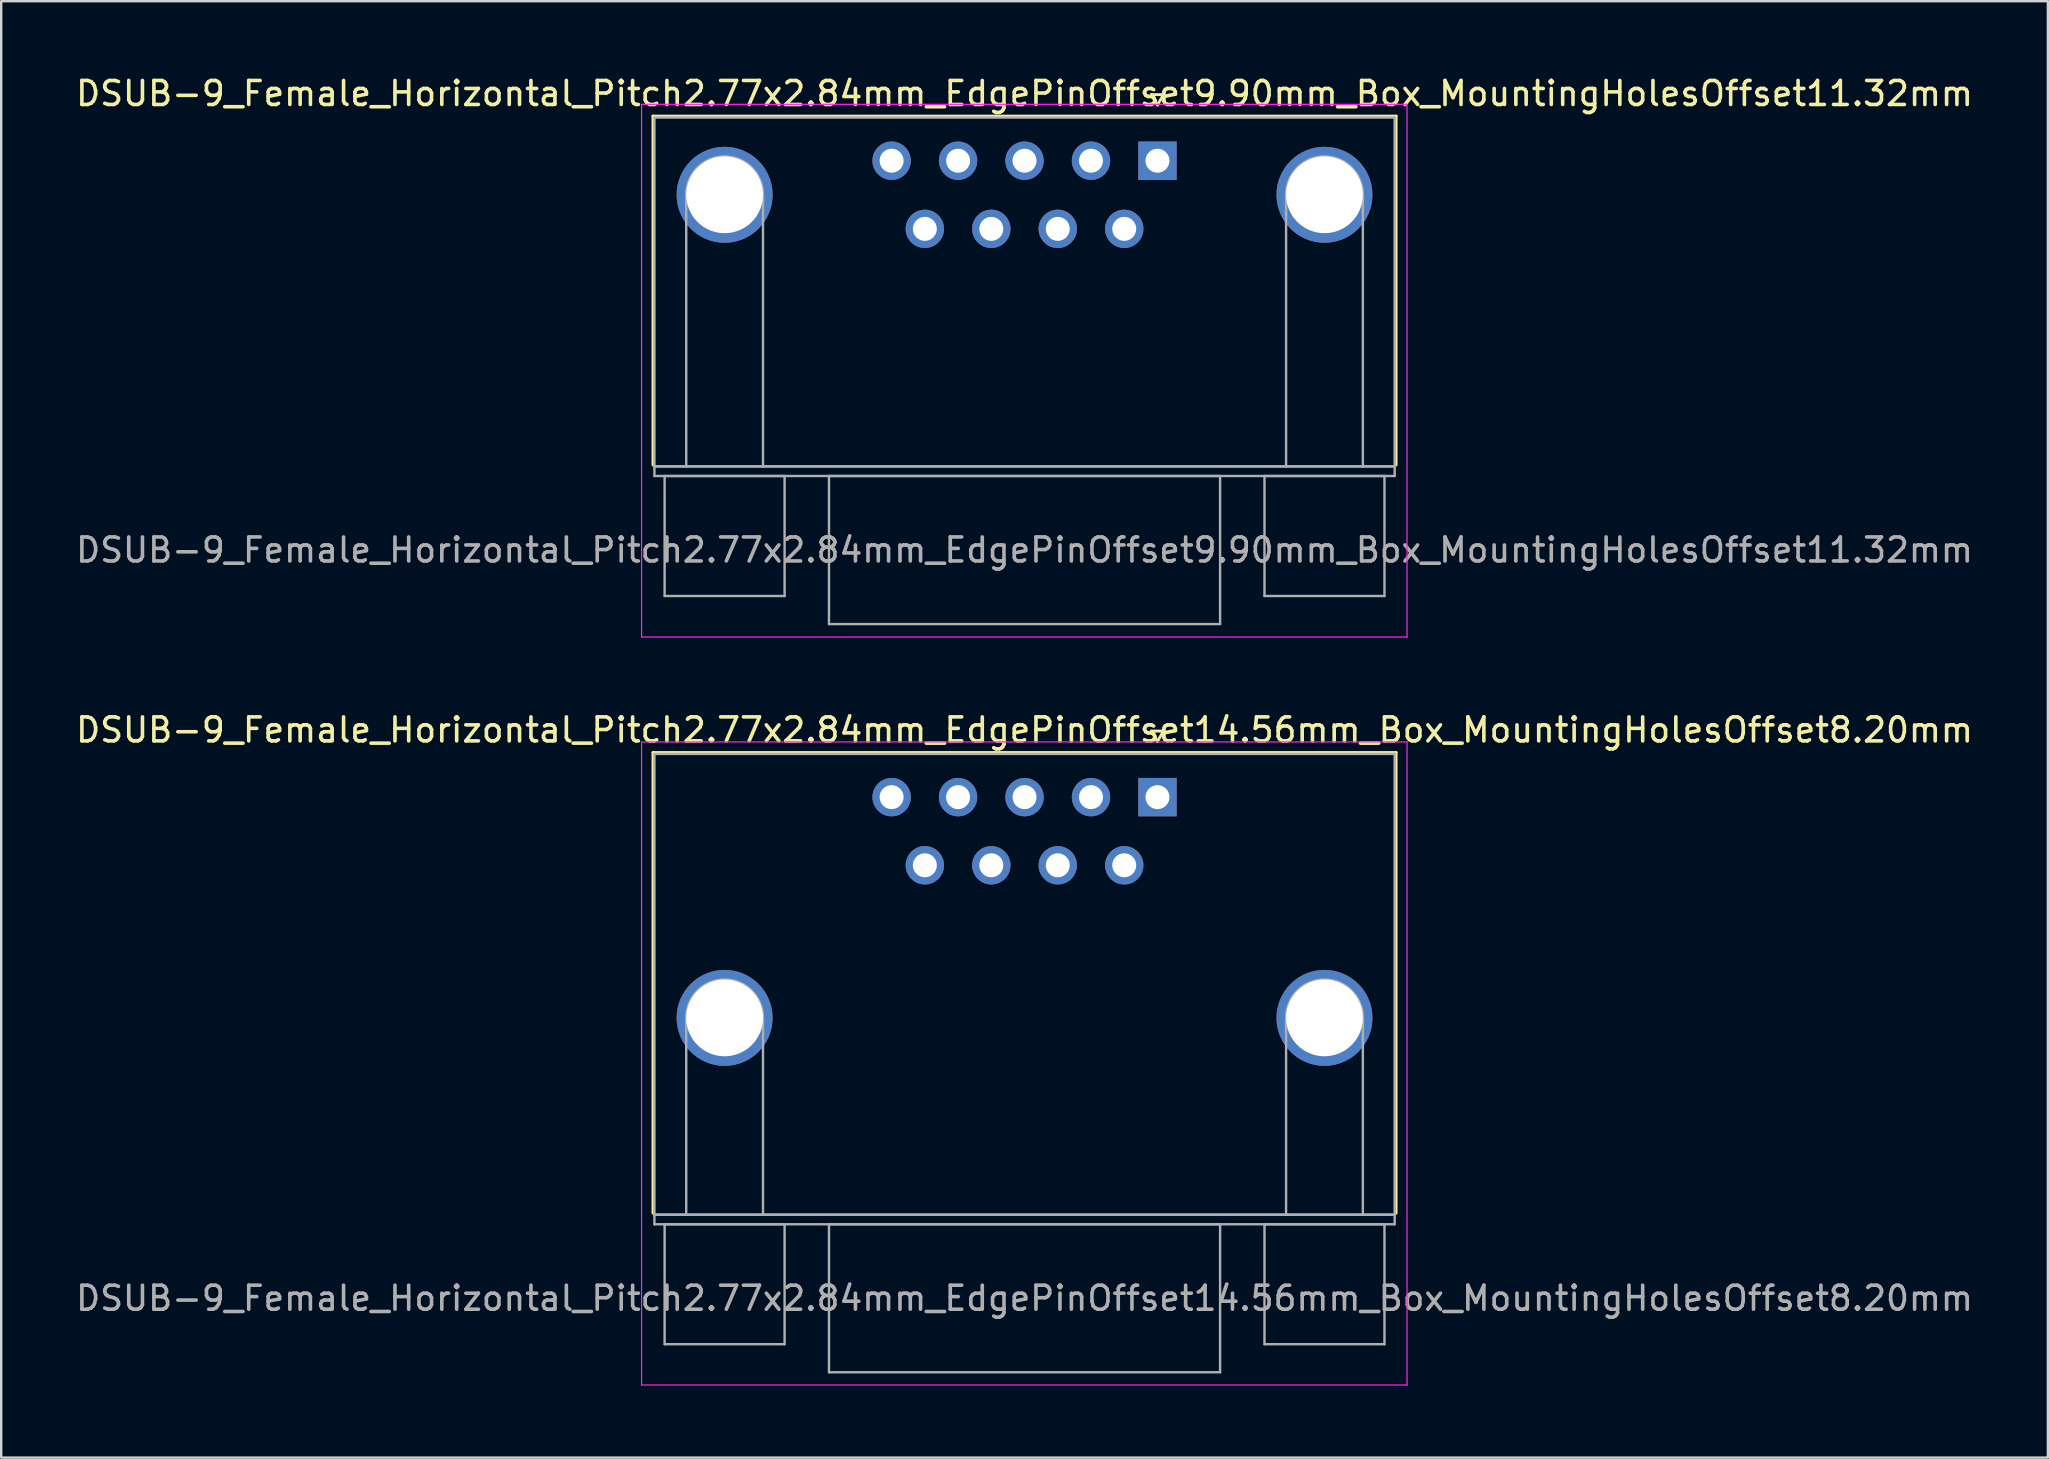
<source format=kicad_pcb>
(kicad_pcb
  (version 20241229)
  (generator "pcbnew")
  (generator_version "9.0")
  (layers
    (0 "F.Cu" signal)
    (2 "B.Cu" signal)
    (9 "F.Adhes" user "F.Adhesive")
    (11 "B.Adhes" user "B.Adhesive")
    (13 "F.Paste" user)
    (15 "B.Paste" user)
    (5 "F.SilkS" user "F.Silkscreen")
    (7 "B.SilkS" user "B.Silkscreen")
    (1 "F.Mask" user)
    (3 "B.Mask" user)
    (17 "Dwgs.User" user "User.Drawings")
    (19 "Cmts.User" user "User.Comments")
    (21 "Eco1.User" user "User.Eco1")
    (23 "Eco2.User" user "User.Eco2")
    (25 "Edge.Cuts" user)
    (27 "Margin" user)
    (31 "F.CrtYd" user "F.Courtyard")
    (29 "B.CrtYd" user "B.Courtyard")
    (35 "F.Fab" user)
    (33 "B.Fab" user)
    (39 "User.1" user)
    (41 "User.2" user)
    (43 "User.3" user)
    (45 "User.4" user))
  (footprint "DSUB-9_Female_Horizontal_Pitch2.77x2.84mm_EdgePinOffset14.56mm_Box_MountingHolesOffset8.20mm"
    (layer "F.Cu")
    (at 45.189 30.172)
    (property "Reference" "DSUB-9_Female_Horizontal_Pitch2.77x2.84mm_EdgePinOffset14.56mm_Box_MountingHolesOffset8.20mm" (at -5.54 -2.8 0) (layer "F.SilkS") (effects (font (size 1 1) (thickness 0.15))))
    (attr through_hole)
    (fp_line (start -21.025 -1.86) (end 9.945 -1.86) (stroke (width 0.12) (type solid)) (layer "F.SilkS"))
    (fp_line (start -21.025 17.34) (end -21.025 -1.86) (stroke (width 0.12) (type solid)) (layer "F.SilkS"))
    (fp_line (start -0.25 -2.754) (end 0.25 -2.754) (stroke (width 0.12) (type solid)) (layer "F.SilkS"))
    (fp_line (start 0 -2.321) (end -0.25 -2.754) (stroke (width 0.12) (type solid)) (layer "F.SilkS"))
    (fp_line (start 0.25 -2.754) (end 0 -2.321) (stroke (width 0.12) (type solid)) (layer "F.SilkS"))
    (fp_line (start 9.945 -1.86) (end 9.945 17.34) (stroke (width 0.12) (type solid)) (layer "F.SilkS"))
    (fp_line (start -21.5 -2.3) (end -21.5 24.5) (stroke (width 0.05) (type solid)) (layer "F.CrtYd"))
    (fp_line (start -21.5 24.5) (end 10.4 24.5) (stroke (width 0.05) (type solid)) (layer "F.CrtYd"))
    (fp_line (start 10.4 -2.3) (end -21.5 -2.3) (stroke (width 0.05) (type solid)) (layer "F.CrtYd"))
    (fp_line (start 10.4 24.5) (end 10.4 -2.3) (stroke (width 0.05) (type solid)) (layer "F.CrtYd"))
    (fp_line (start -20.965 -1.8) (end -20.965 17.4) (stroke (width 0.1) (type solid)) (layer "F.Fab"))
    (fp_line (start -20.965 17.4) (end -20.965 17.8) (stroke (width 0.1) (type solid)) (layer "F.Fab"))
    (fp_line (start -20.965 17.4) (end 9.885 17.4) (stroke (width 0.1) (type solid)) (layer "F.Fab"))
    (fp_line (start -20.965 17.8) (end 9.885 17.8) (stroke (width 0.1) (type solid)) (layer "F.Fab"))
    (fp_line (start -20.54 17.8) (end -20.54 22.8) (stroke (width 0.1) (type solid)) (layer "F.Fab"))
    (fp_line (start -20.54 22.8) (end -15.54 22.8) (stroke (width 0.1) (type solid)) (layer "F.Fab"))
    (fp_line (start -19.64 17.4) (end -19.64 9.2) (stroke (width 0.1) (type solid)) (layer "F.Fab"))
    (fp_line (start -16.44 17.4) (end -16.44 9.2) (stroke (width 0.1) (type solid)) (layer "F.Fab"))
    (fp_line (start -15.54 17.8) (end -20.54 17.8) (stroke (width 0.1) (type solid)) (layer "F.Fab"))
    (fp_line (start -15.54 22.8) (end -15.54 17.8) (stroke (width 0.1) (type solid)) (layer "F.Fab"))
    (fp_line (start -13.69 17.8) (end -13.69 23.97) (stroke (width 0.1) (type solid)) (layer "F.Fab"))
    (fp_line (start -13.69 23.97) (end 2.61 23.97) (stroke (width 0.1) (type solid)) (layer "F.Fab"))
    (fp_line (start 2.61 17.8) (end -13.69 17.8) (stroke (width 0.1) (type solid)) (layer "F.Fab"))
    (fp_line (start 2.61 23.97) (end 2.61 17.8) (stroke (width 0.1) (type solid)) (layer "F.Fab"))
    (fp_line (start 4.46 17.8) (end 4.46 22.8) (stroke (width 0.1) (type solid)) (layer "F.Fab"))
    (fp_line (start 4.46 22.8) (end 9.46 22.8) (stroke (width 0.1) (type solid)) (layer "F.Fab"))
    (fp_line (start 5.36 17.4) (end 5.36 9.2) (stroke (width 0.1) (type solid)) (layer "F.Fab"))
    (fp_line (start 8.56 17.4) (end 8.56 9.2) (stroke (width 0.1) (type solid)) (layer "F.Fab"))
    (fp_line (start 9.46 17.8) (end 4.46 17.8) (stroke (width 0.1) (type solid)) (layer "F.Fab"))
    (fp_line (start 9.46 22.8) (end 9.46 17.8) (stroke (width 0.1) (type solid)) (layer "F.Fab"))
    (fp_line (start 9.885 -1.8) (end -20.965 -1.8) (stroke (width 0.1) (type solid)) (layer "F.Fab"))
    (fp_line (start 9.885 17.4) (end -20.965 17.4) (stroke (width 0.1) (type solid)) (layer "F.Fab"))
    (fp_line (start 9.885 17.4) (end 9.885 -1.8) (stroke (width 0.1) (type solid)) (layer "F.Fab"))
    (fp_line (start 9.885 17.8) (end 9.885 17.4) (stroke (width 0.1) (type solid)) (layer "F.Fab"))
    (fp_arc (start -19.64 9.2) (mid -18.04 7.6) (end -16.44 9.2) (stroke (width 0.1) (type solid)) (layer "F.Fab"))
    (fp_arc (start 5.36 9.2) (mid 6.96 7.6) (end 8.56 9.2) (stroke (width 0.1) (type solid)) (layer "F.Fab"))
    (fp_text user "${REFERENCE}" (at -5.54 20.885 0) (layer "F.Fab") (effects (font (size 1 1) (thickness 0.15))))
    (pad "0" thru_hole circle (at -18.04 9.2) (size 4 4) (drill 3.2) (layers "*.Cu" "*.Mask"))
    (pad "0" thru_hole circle (at 6.96 9.2) (size 4 4) (drill 3.2) (layers "*.Cu" "*.Mask"))
    (pad "1" thru_hole rect (at 0 0) (size 1.6 1.6) (drill 1) (layers "*.Cu" "*.Mask"))
    (pad "2" thru_hole circle (at -2.77 0) (size 1.6 1.6) (drill 1) (layers "*.Cu" "*.Mask"))
    (pad "3" thru_hole circle (at -5.54 0) (size 1.6 1.6) (drill 1) (layers "*.Cu" "*.Mask"))
    (pad "4" thru_hole circle (at -8.31 0) (size 1.6 1.6) (drill 1) (layers "*.Cu" "*.Mask"))
    (pad "5" thru_hole circle (at -11.08 0) (size 1.6 1.6) (drill 1) (layers "*.Cu" "*.Mask"))
    (pad "6" thru_hole circle (at -1.385 2.84) (size 1.6 1.6) (drill 1) (layers "*.Cu" "*.Mask"))
    (pad "7" thru_hole circle (at -4.155 2.84) (size 1.6 1.6) (drill 1) (layers "*.Cu" "*.Mask"))
    (pad "8" thru_hole circle (at -6.925 2.84) (size 1.6 1.6) (drill 1) (layers "*.Cu" "*.Mask"))
    (pad "9" thru_hole circle (at -9.695 2.84) (size 1.6 1.6) (drill 1) (layers "*.Cu" "*.Mask")))
  (footprint "DSUB-9_Female_Horizontal_Pitch2.77x2.84mm_EdgePinOffset9.90mm_Box_MountingHolesOffset11.32mm"
    (layer "F.Cu")
    (at 45.189 3.648)
    (property "Reference" "DSUB-9_Female_Horizontal_Pitch2.77x2.84mm_EdgePinOffset9.90mm_Box_MountingHolesOffset11.32mm" (at -5.54 -2.8 0) (layer "F.SilkS") (effects (font (size 1 1) (thickness 0.15))))
    (attr through_hole)
    (fp_line (start -21.025 -1.86) (end 9.945 -1.86) (stroke (width 0.12) (type solid)) (layer "F.SilkS"))
    (fp_line (start -21.025 12.68) (end -21.025 -1.86) (stroke (width 0.12) (type solid)) (layer "F.SilkS"))
    (fp_line (start -0.25 -2.754) (end 0.25 -2.754) (stroke (width 0.12) (type solid)) (layer "F.SilkS"))
    (fp_line (start 0 -2.321) (end -0.25 -2.754) (stroke (width 0.12) (type solid)) (layer "F.SilkS"))
    (fp_line (start 0.25 -2.754) (end 0 -2.321) (stroke (width 0.12) (type solid)) (layer "F.SilkS"))
    (fp_line (start 9.945 -1.86) (end 9.945 12.68) (stroke (width 0.12) (type solid)) (layer "F.SilkS"))
    (fp_line (start -21.5 -2.35) (end -21.5 19.85) (stroke (width 0.05) (type solid)) (layer "F.CrtYd"))
    (fp_line (start -21.5 19.85) (end 10.4 19.85) (stroke (width 0.05) (type solid)) (layer "F.CrtYd"))
    (fp_line (start 10.4 -2.35) (end -21.5 -2.35) (stroke (width 0.05) (type solid)) (layer "F.CrtYd"))
    (fp_line (start 10.4 19.85) (end 10.4 -2.35) (stroke (width 0.05) (type solid)) (layer "F.CrtYd"))
    (fp_line (start -20.965 -1.8) (end -20.965 12.74) (stroke (width 0.1) (type solid)) (layer "F.Fab"))
    (fp_line (start -20.965 12.74) (end -20.965 13.14) (stroke (width 0.1) (type solid)) (layer "F.Fab"))
    (fp_line (start -20.965 12.74) (end 9.885 12.74) (stroke (width 0.1) (type solid)) (layer "F.Fab"))
    (fp_line (start -20.965 13.14) (end 9.885 13.14) (stroke (width 0.1) (type solid)) (layer "F.Fab"))
    (fp_line (start -20.54 13.14) (end -20.54 18.14) (stroke (width 0.1) (type solid)) (layer "F.Fab"))
    (fp_line (start -20.54 18.14) (end -15.54 18.14) (stroke (width 0.1) (type solid)) (layer "F.Fab"))
    (fp_line (start -19.64 12.74) (end -19.64 1.42) (stroke (width 0.1) (type solid)) (layer "F.Fab"))
    (fp_line (start -16.44 12.74) (end -16.44 1.42) (stroke (width 0.1) (type solid)) (layer "F.Fab"))
    (fp_line (start -15.54 13.14) (end -20.54 13.14) (stroke (width 0.1) (type solid)) (layer "F.Fab"))
    (fp_line (start -15.54 18.14) (end -15.54 13.14) (stroke (width 0.1) (type solid)) (layer "F.Fab"))
    (fp_line (start -13.69 13.14) (end -13.69 19.31) (stroke (width 0.1) (type solid)) (layer "F.Fab"))
    (fp_line (start -13.69 19.31) (end 2.61 19.31) (stroke (width 0.1) (type solid)) (layer "F.Fab"))
    (fp_line (start 2.61 13.14) (end -13.69 13.14) (stroke (width 0.1) (type solid)) (layer "F.Fab"))
    (fp_line (start 2.61 19.31) (end 2.61 13.14) (stroke (width 0.1) (type solid)) (layer "F.Fab"))
    (fp_line (start 4.46 13.14) (end 4.46 18.14) (stroke (width 0.1) (type solid)) (layer "F.Fab"))
    (fp_line (start 4.46 18.14) (end 9.46 18.14) (stroke (width 0.1) (type solid)) (layer "F.Fab"))
    (fp_line (start 5.36 12.74) (end 5.36 1.42) (stroke (width 0.1) (type solid)) (layer "F.Fab"))
    (fp_line (start 8.56 12.74) (end 8.56 1.42) (stroke (width 0.1) (type solid)) (layer "F.Fab"))
    (fp_line (start 9.46 13.14) (end 4.46 13.14) (stroke (width 0.1) (type solid)) (layer "F.Fab"))
    (fp_line (start 9.46 18.14) (end 9.46 13.14) (stroke (width 0.1) (type solid)) (layer "F.Fab"))
    (fp_line (start 9.885 -1.8) (end -20.965 -1.8) (stroke (width 0.1) (type solid)) (layer "F.Fab"))
    (fp_line (start 9.885 12.74) (end -20.965 12.74) (stroke (width 0.1) (type solid)) (layer "F.Fab"))
    (fp_line (start 9.885 12.74) (end 9.885 -1.8) (stroke (width 0.1) (type solid)) (layer "F.Fab"))
    (fp_line (start 9.885 13.14) (end 9.885 12.74) (stroke (width 0.1) (type solid)) (layer "F.Fab"))
    (fp_arc (start -19.64 1.42) (mid -18.04 -0.18) (end -16.44 1.42) (stroke (width 0.1) (type solid)) (layer "F.Fab"))
    (fp_arc (start 5.36 1.42) (mid 6.96 -0.18) (end 8.56 1.42) (stroke (width 0.1) (type solid)) (layer "F.Fab"))
    (fp_text user "${REFERENCE}" (at -5.54 16.225 0) (layer "F.Fab") (effects (font (size 1 1) (thickness 0.15))))
    (pad "0" thru_hole circle (at -18.04 1.42) (size 4 4) (drill 3.2) (layers "*.Cu" "*.Mask"))
    (pad "0" thru_hole circle (at 6.96 1.42) (size 4 4) (drill 3.2) (layers "*.Cu" "*.Mask"))
    (pad "1" thru_hole rect (at 0 0) (size 1.6 1.6) (drill 1) (layers "*.Cu" "*.Mask"))
    (pad "2" thru_hole circle (at -2.77 0) (size 1.6 1.6) (drill 1) (layers "*.Cu" "*.Mask"))
    (pad "3" thru_hole circle (at -5.54 0) (size 1.6 1.6) (drill 1) (layers "*.Cu" "*.Mask"))
    (pad "4" thru_hole circle (at -8.31 0) (size 1.6 1.6) (drill 1) (layers "*.Cu" "*.Mask"))
    (pad "5" thru_hole circle (at -11.08 0) (size 1.6 1.6) (drill 1) (layers "*.Cu" "*.Mask"))
    (pad "6" thru_hole circle (at -1.385 2.84) (size 1.6 1.6) (drill 1) (layers "*.Cu" "*.Mask"))
    (pad "7" thru_hole circle (at -4.155 2.84) (size 1.6 1.6) (drill 1) (layers "*.Cu" "*.Mask"))
    (pad "8" thru_hole circle (at -6.925 2.84) (size 1.6 1.6) (drill 1) (layers "*.Cu" "*.Mask"))
    (pad "9" thru_hole circle (at -9.695 2.84) (size 1.6 1.6) (drill 1) (layers "*.Cu" "*.Mask")))
  (gr_rect
    (start -3 -3)
    (end 82.298 57.697)
    (stroke (width 0.1) (type default))
    (fill no)
    (layer "Edge.Cuts")))
</source>
